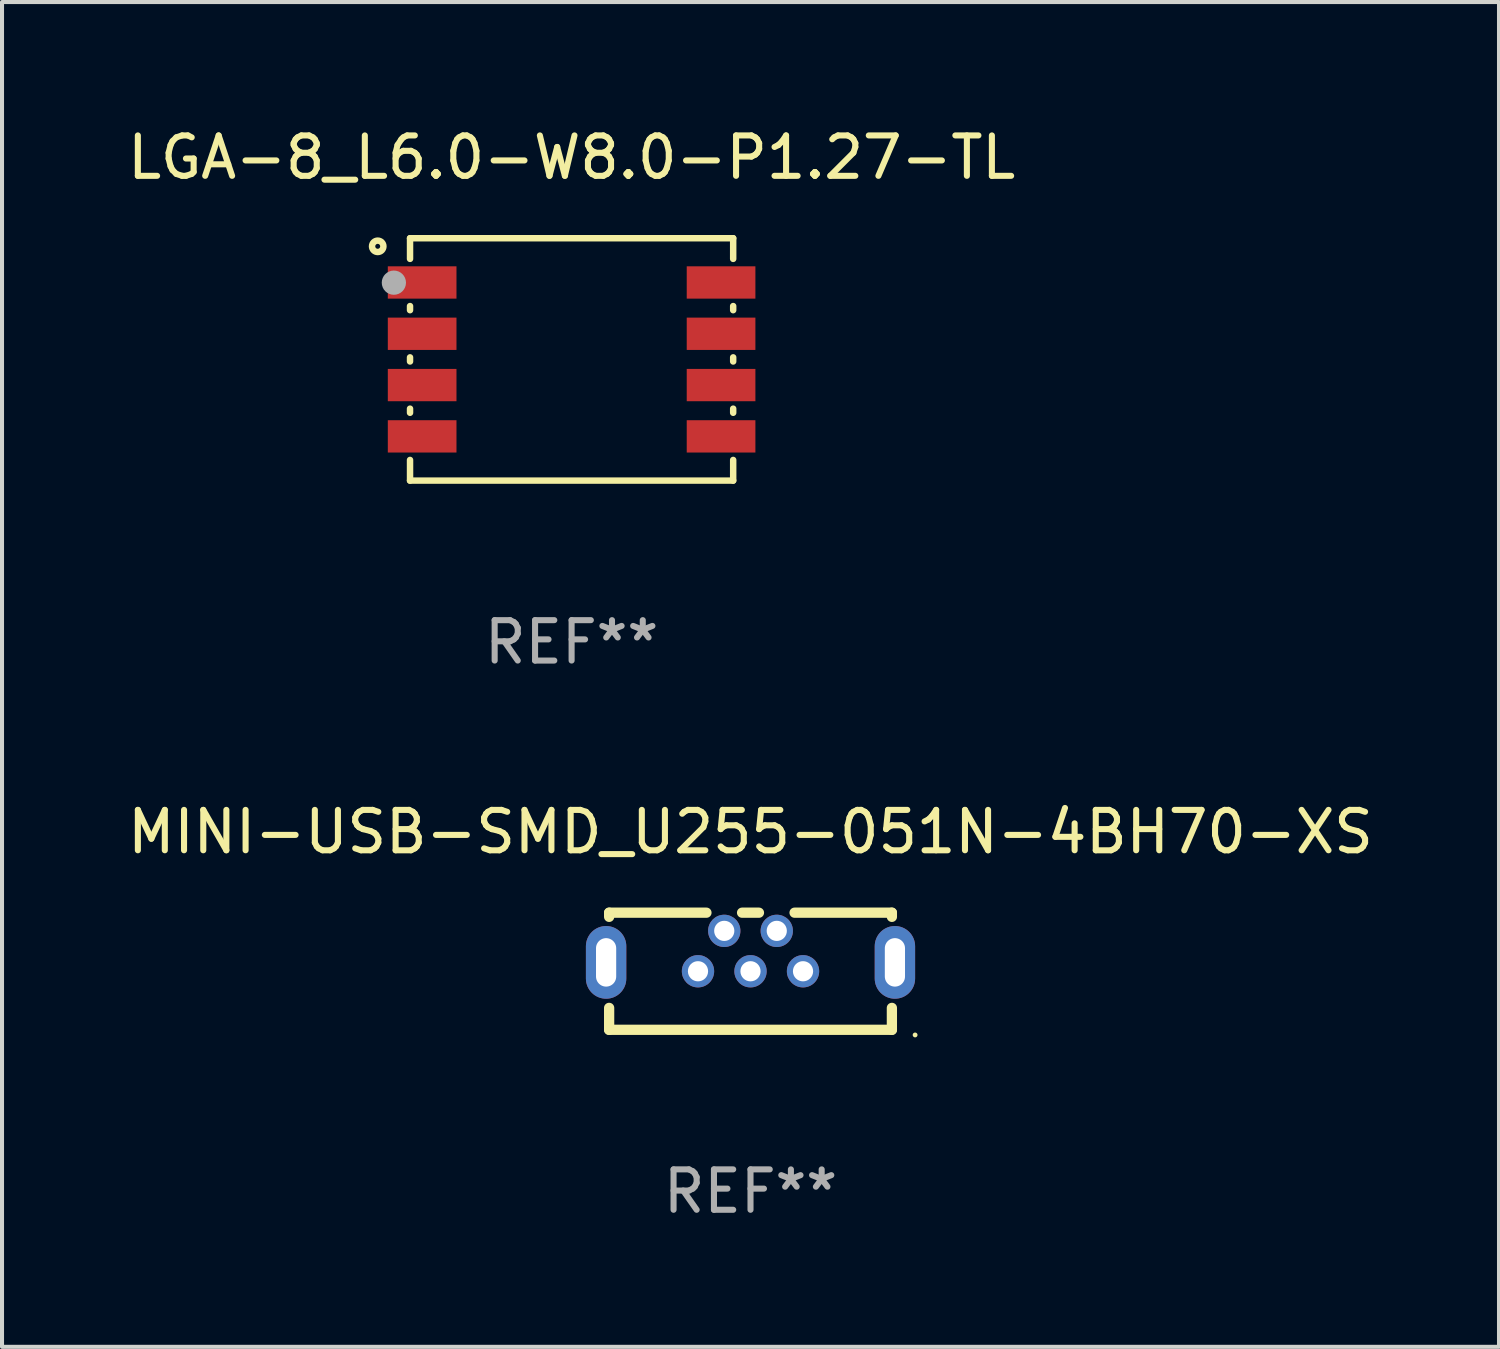
<source format=kicad_pcb>
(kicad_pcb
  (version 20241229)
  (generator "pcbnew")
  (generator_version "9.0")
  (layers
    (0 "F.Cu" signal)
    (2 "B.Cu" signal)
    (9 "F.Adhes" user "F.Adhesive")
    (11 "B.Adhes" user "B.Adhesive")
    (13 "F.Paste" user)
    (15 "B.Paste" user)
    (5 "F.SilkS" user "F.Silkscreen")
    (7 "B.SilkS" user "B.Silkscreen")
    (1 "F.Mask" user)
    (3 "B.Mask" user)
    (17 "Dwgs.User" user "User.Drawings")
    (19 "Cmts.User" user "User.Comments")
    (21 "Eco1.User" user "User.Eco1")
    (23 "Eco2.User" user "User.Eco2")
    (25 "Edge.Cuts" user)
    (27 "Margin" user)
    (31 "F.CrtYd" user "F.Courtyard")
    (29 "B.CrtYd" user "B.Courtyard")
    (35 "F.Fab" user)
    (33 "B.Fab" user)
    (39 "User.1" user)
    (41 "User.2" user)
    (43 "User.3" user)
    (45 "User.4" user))
  (footprint "LGA-8_L6.0-W8.0-P1.27-TL"
    (layer "F.Cu")
    (at 11.101 5.848)
    (property "Reference" "LGA-8_L6.0-W8.0-P1.27-TL" (at 0 -5 0) (layer "F.SilkS") (effects (font (size 1 1) (thickness 0.15))))
    (attr smd)
    (fp_line (start -4 -3) (end -4 -2.489) (stroke (width 0.16) (type solid)) (layer "F.SilkS"))
    (fp_line (start -4 -3) (end 4 -3) (stroke (width 0.16) (type solid)) (layer "F.SilkS"))
    (fp_line (start -4 -1.321) (end -4 -1.219) (stroke (width 0.16) (type solid)) (layer "F.SilkS"))
    (fp_line (start -4 -0.051) (end -4 0.051) (stroke (width 0.16) (type solid)) (layer "F.SilkS"))
    (fp_line (start -4 1.219) (end -4 1.321) (stroke (width 0.16) (type solid)) (layer "F.SilkS"))
    (fp_line (start -4 2.489) (end -4 3) (stroke (width 0.16) (type solid)) (layer "F.SilkS"))
    (fp_line (start -4 3) (end 4 3) (stroke (width 0.16) (type solid)) (layer "F.SilkS"))
    (fp_line (start 4 -3) (end 4 -2.489) (stroke (width 0.16) (type solid)) (layer "F.SilkS"))
    (fp_line (start 4 -1.321) (end 4 -1.219) (stroke (width 0.16) (type solid)) (layer "F.SilkS"))
    (fp_line (start 4 -0.051) (end 4 0.051) (stroke (width 0.16) (type solid)) (layer "F.SilkS"))
    (fp_line (start 4 1.219) (end 4 1.321) (stroke (width 0.16) (type solid)) (layer "F.SilkS"))
    (fp_line (start 4 2.489) (end 4 3) (stroke (width 0.16) (type solid)) (layer "F.SilkS"))
    (fp_circle (center -4.8 -2.8) (end -4.659 -2.8) (stroke (width 0.16) (type solid)) (fill no) (layer "F.SilkS"))
    (fp_circle (center -4 -3) (end -3.97 -3) (stroke (width 0.06) (type solid)) (fill no) (layer "F.SilkS"))
    (fp_circle (center -4.4 -1.9) (end -4.25 -1.9) (stroke (width 0.3) (type solid)) (fill no) (layer "F.Fab"))
    (fp_text user "REF**" (at 0 7 0) (layer "F.Fab") (effects (font (size 1 1) (thickness 0.15))))
    (pad "1" smd rect (at -3.7 -1.905) (size 1.7 0.8) (layers "F.Cu" "F.Mask" "F.Paste"))
    (pad "2" smd rect (at -3.7 -0.635) (size 1.7 0.8) (layers "F.Cu" "F.Mask" "F.Paste"))
    (pad "3" smd rect (at -3.7 0.635) (size 1.7 0.8) (layers "F.Cu" "F.Mask" "F.Paste"))
    (pad "4" smd rect (at -3.7 1.905) (size 1.7 0.8) (layers "F.Cu" "F.Mask" "F.Paste"))
    (pad "5" smd rect (at 3.7 1.905) (size 1.7 0.8) (layers "F.Cu" "F.Mask" "F.Paste"))
    (pad "6" smd rect (at 3.7 0.635) (size 1.7 0.8) (layers "F.Cu" "F.Mask" "F.Paste"))
    (pad "7" smd rect (at 3.7 -0.635) (size 1.7 0.8) (layers "F.Cu" "F.Mask" "F.Paste"))
    (pad "8" smd rect (at 3.7 -1.905) (size 1.7 0.8) (layers "F.Cu" "F.Mask" "F.Paste")))
  (footprint "MINI-USB-SMD_U255-051N-4BH70-XS"
    (layer "F.Cu")
    (at 15.53 20.495)
    (property "Reference" "MINI-USB-SMD_U255-051N-4BH70-XS" (at 0 -2.95 0) (layer "F.SilkS") (effects (font (size 1 1) (thickness 0.15))))
    (attr through_hole)
    (fp_line (start -3.5 -0.95) (end -3.5 -0.847) (stroke (width 0.254) (type solid)) (layer "F.SilkS"))
    (fp_line (start -3.5 -0.95) (end -1.091 -0.95) (stroke (width 0.254) (type solid)) (layer "F.SilkS"))
    (fp_line (start -3.5 1.407) (end -3.5 1.95) (stroke (width 0.254) (type solid)) (layer "F.SilkS"))
    (fp_line (start -0.209 -0.95) (end 0.209 -0.95) (stroke (width 0.254) (type solid)) (layer "F.SilkS"))
    (fp_line (start 1.091 -0.95) (end 3.5 -0.95) (stroke (width 0.254) (type solid)) (layer "F.SilkS"))
    (fp_line (start 3.5 -0.95) (end 3.5 -0.847) (stroke (width 0.254) (type solid)) (layer "F.SilkS"))
    (fp_line (start 3.5 1.407) (end 3.5 1.95) (stroke (width 0.254) (type solid)) (layer "F.SilkS"))
    (fp_line (start 3.5 1.95) (end -3.5 1.95) (stroke (width 0.254) (type solid)) (layer "F.SilkS"))
    (fp_circle (center 4.075 2.077) (end 4.105 2.077) (stroke (width 0.06) (type solid)) (fill no) (layer "F.SilkS"))
    (fp_text user "REF**" (at 0 5.95 0) (layer "F.Fab") (effects (font (size 1 1) (thickness 0.15))))
    (pad "1" thru_hole circle (at 1.3 0.5) (size 0.8 0.8) (drill 0.5) (layers "*.Cu" "*.Mask"))
    (pad "2" thru_hole circle (at 0.65 -0.5) (size 0.8 0.8) (drill 0.5) (layers "*.Cu" "*.Mask"))
    (pad "3" thru_hole circle (at 0 0.5) (size 0.8 0.8) (drill 0.5) (layers "*.Cu" "*.Mask"))
    (pad "4" thru_hole circle (at -0.65 -0.5) (size 0.8 0.8) (drill 0.5) (layers "*.Cu" "*.Mask"))
    (pad "5" thru_hole circle (at -1.3 0.5) (size 0.8 0.8) (drill 0.5) (layers "*.Cu" "*.Mask"))
    (pad "6" thru_hole oval (at -3.575 0.28 270) (size 1.8 1) (drill oval 1.2 0.5) (layers "*.Cu" "*.Mask"))
    (pad "6" thru_hole oval (at 3.575 0.28 270) (size 1.8 1) (drill oval 1.2 0.5) (layers "*.Cu" "*.Mask")))
  (gr_rect
    (start -3 -3)
    (end 34.06 30.293)
    (stroke (width 0.1) (type default))
    (fill no)
    (layer "Edge.Cuts")))
</source>
